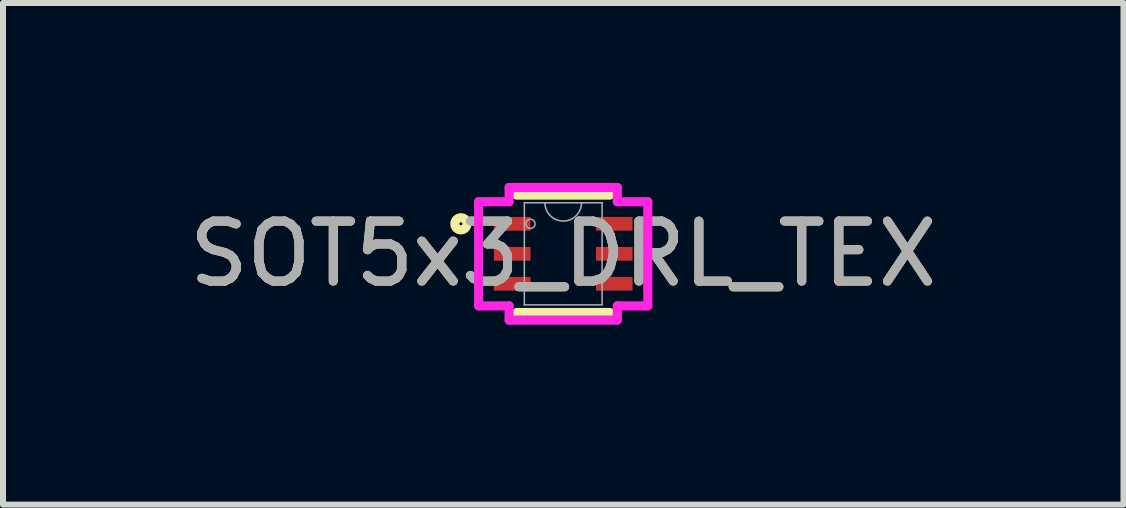
<source format=kicad_pcb>
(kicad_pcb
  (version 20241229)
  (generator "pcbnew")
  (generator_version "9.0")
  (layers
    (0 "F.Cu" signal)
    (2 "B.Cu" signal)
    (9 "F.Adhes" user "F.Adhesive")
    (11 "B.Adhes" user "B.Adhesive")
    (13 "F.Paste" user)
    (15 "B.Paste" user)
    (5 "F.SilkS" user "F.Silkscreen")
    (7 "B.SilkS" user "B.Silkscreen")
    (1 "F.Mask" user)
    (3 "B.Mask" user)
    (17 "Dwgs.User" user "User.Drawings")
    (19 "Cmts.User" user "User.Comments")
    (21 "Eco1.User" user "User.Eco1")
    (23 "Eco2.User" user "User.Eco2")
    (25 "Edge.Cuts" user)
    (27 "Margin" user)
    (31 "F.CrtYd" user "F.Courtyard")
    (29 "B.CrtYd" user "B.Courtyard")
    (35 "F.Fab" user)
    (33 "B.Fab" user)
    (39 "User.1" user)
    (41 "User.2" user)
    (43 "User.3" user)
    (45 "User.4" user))
  (footprint "SOT5x3_DRL_TEX"
    (layer "F.Cu")
    (at 6.339 1.181)
    (property "Reference" "SOT5x3_DRL_TEX" (at 0 0 0) (unlocked yes) (layer "F.SilkS") (effects (font (size 1 1) (thickness 0.15))))
    (attr smd)
    (fp_line (start -0.775 0.978) (end 0.775 0.978) (stroke (width 0.152) (type solid)) (layer "F.SilkS"))
    (fp_line (start 0.775 -0.978) (end -0.775 -0.978) (stroke (width 0.152) (type solid)) (layer "F.SilkS"))
    (fp_circle (center -1.706 -0.5) (end -1.605 -0.5) (stroke (width 0.152) (type solid)) (fill no) (layer "F.SilkS"))
    (fp_line (start -1.41 -0.868) (end -0.902 -0.868) (stroke (width 0.152) (type solid)) (layer "F.CrtYd"))
    (fp_line (start -1.41 0.868) (end -1.41 -0.868) (stroke (width 0.152) (type solid)) (layer "F.CrtYd"))
    (fp_line (start -1.41 0.868) (end -0.902 0.868) (stroke (width 0.152) (type solid)) (layer "F.CrtYd"))
    (fp_line (start -0.902 -1.105) (end 0.902 -1.105) (stroke (width 0.152) (type solid)) (layer "F.CrtYd"))
    (fp_line (start -0.902 -0.868) (end -0.902 -1.105) (stroke (width 0.152) (type solid)) (layer "F.CrtYd"))
    (fp_line (start -0.902 1.105) (end -0.902 0.868) (stroke (width 0.152) (type solid)) (layer "F.CrtYd"))
    (fp_line (start 0.902 -1.105) (end 0.902 -0.868) (stroke (width 0.152) (type solid)) (layer "F.CrtYd"))
    (fp_line (start 0.902 0.868) (end 0.902 1.105) (stroke (width 0.152) (type solid)) (layer "F.CrtYd"))
    (fp_line (start 0.902 1.105) (end -0.902 1.105) (stroke (width 0.152) (type solid)) (layer "F.CrtYd"))
    (fp_line (start 1.41 -0.868) (end 0.902 -0.868) (stroke (width 0.152) (type solid)) (layer "F.CrtYd"))
    (fp_line (start 1.41 -0.868) (end 1.41 0.868) (stroke (width 0.152) (type solid)) (layer "F.CrtYd"))
    (fp_line (start 1.41 0.868) (end 0.902 0.868) (stroke (width 0.152) (type solid)) (layer "F.CrtYd"))
    (fp_line (start -0.648 -0.851) (end -0.648 0.851) (stroke (width 0.025) (type solid)) (layer "F.Fab"))
    (fp_line (start -0.648 0.851) (end 0.648 0.851) (stroke (width 0.025) (type solid)) (layer "F.Fab"))
    (fp_line (start 0.648 -0.851) (end -0.648 -0.851) (stroke (width 0.025) (type solid)) (layer "F.Fab"))
    (fp_line (start 0.648 0.851) (end 0.648 -0.851) (stroke (width 0.025) (type solid)) (layer "F.Fab"))
    (fp_arc (start 0.3048 -0.8509) (mid 0 -0.5461) (end -0.3048 -0.8509) (stroke (width 0.0254) (type solid)) (layer "F.Fab"))
    (fp_circle (center -0.546 -0.5) (end -0.47 -0.5) (stroke (width 0.025) (type solid)) (fill no) (layer "F.Fab"))
    (fp_text user "${REFERENCE}" (at 0 0 0) (unlocked yes) (layer "F.Fab") (effects (font (size 1 1) (thickness 0.15))))
    (pad "1" smd rect (at -0.851 -0.5) (size 0.61 0.229) (layers "F.Cu" "F.Mask" "F.Paste"))
    (pad "2" smd rect (at -0.851 0) (size 0.61 0.229) (layers "F.Cu" "F.Mask" "F.Paste"))
    (pad "3" smd rect (at -0.851 0.5) (size 0.61 0.229) (layers "F.Cu" "F.Mask" "F.Paste"))
    (pad "4" smd rect (at 0.851 0.5) (size 0.61 0.229) (layers "F.Cu" "F.Mask" "F.Paste"))
    (pad "5" smd rect (at 0.851 0) (size 0.61 0.229) (layers "F.Cu" "F.Mask" "F.Paste"))
    (pad "6" smd rect (at 0.851 -0.5) (size 0.61 0.229) (layers "F.Cu" "F.Mask" "F.Paste")))
  (gr_rect
    (start -3 -3)
    (end 15.679 5.362)
    (stroke (width 0.1) (type default))
    (fill no)
    (layer "Edge.Cuts")))
</source>
